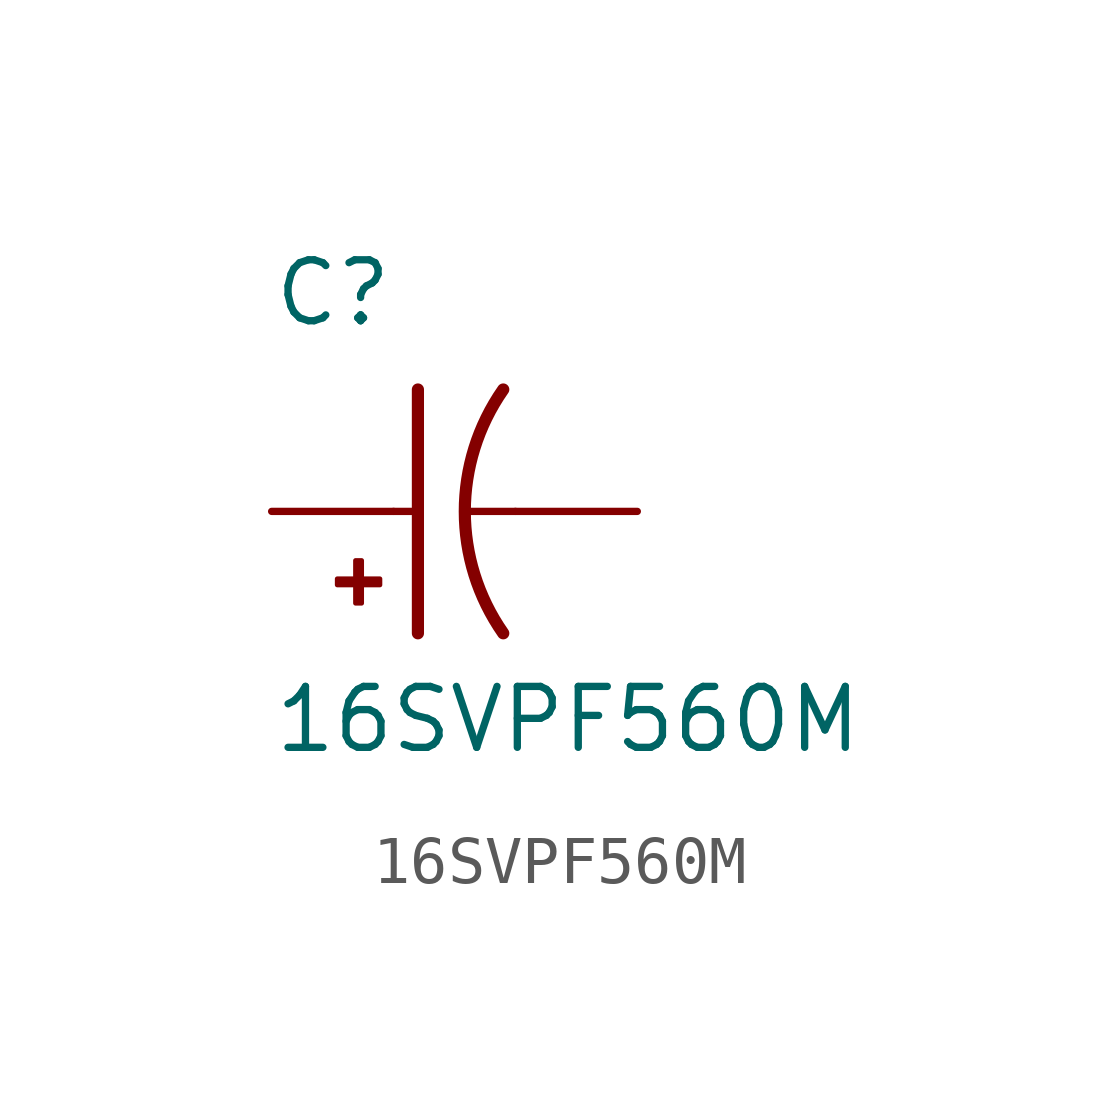
<source format=kicad_sym>
(kicad_symbol_lib
  (version 20231120)
  (generator "kicad_symbol_editor")
  (generator_version "8.0")
  (symbol "16SVPF560M"
    (pin_numbers hide)
    (pin_names
      (offset 1.016))
    (property "Reference" "C"
      (at -2.54 3.81 0)
      (effects (font (size 1.27 1.27)) (justify left bottom)))
    (property "Value" "16SVPF560M"
      (at -2.54 -5.08 0)
      (effects (font (size 1.27 1.27)) (justify left bottom)))
    (symbol "16SVPF560M_0_0"
      (rectangle (start -1.173 -1.532) (end -0.284 -1.405) (stroke (width 0.1) (type default)) (fill (type outline)))
      (rectangle (start -0.792 -1.913) (end -0.665 -1.024) (stroke (width 0.1) (type default)) (fill (type outline)))
      (polyline (pts (xy 0 0) (xy 0.508 0)) (stroke (width 0.152) (type default)) (fill (type none)))
      (polyline (pts (xy 0.508 0) (xy 0.508 -2.54)) (stroke (width 0.254) (type default)) (fill (type none)))
      (polyline (pts (xy 0.508 2.54) (xy 0.508 0)) (stroke (width 0.254) (type default)) (fill (type none)))
      (polyline (pts (xy 2.54 0) (xy 1.524 0)) (stroke (width 0.152) (type default)) (fill (type none)))
      (arc (start 2.286 2.54) (mid 1.4851 0) (end 2.286 -2.54) (stroke (width 0.254) (type default)) (fill (type none)))
      (pin passive line (at -2.54 0 0) (length 2.54) (name "~" (effects (font (size 1.016 1.016)))) (number "1" (effects (font (size 1.016 1.016)))))
      (pin passive line (at 5.08 0 180) (length 2.54) (name "~" (effects (font (size 1.016 1.016)))) (number "2" (effects (font (size 1.016 1.016))))))))
</source>
